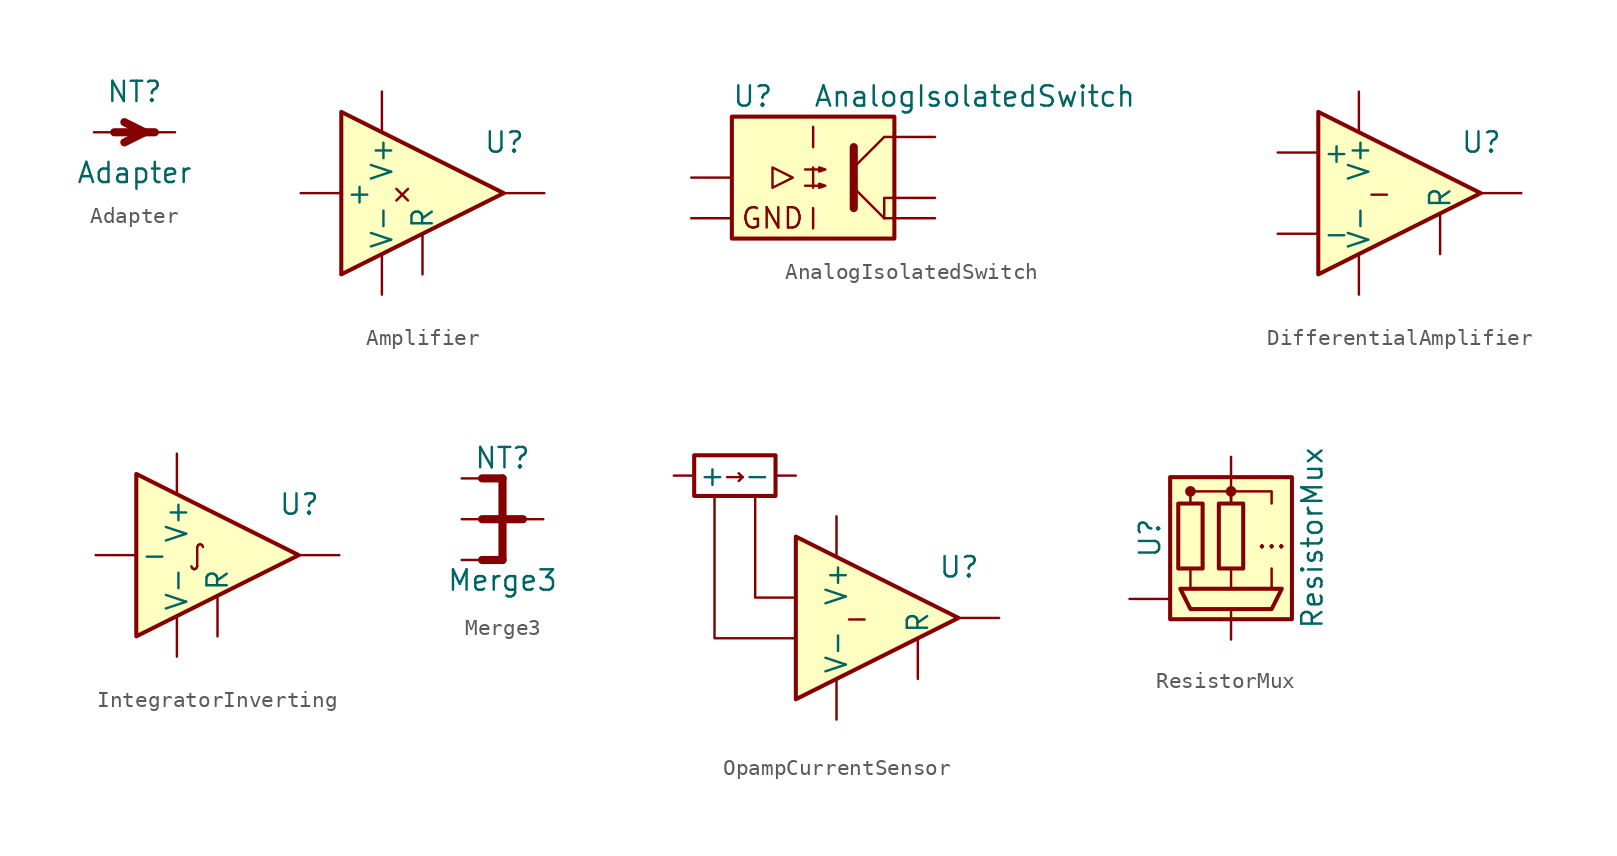
<source format=kicad_sym>
(kicad_symbol_lib
  (version 20211014)
  (generator kicad_symbol_editor)
  (symbol "Adapter"
    (pin_numbers hide)
    (pin_names
      (offset 0) hide)
    (property "Reference" "NT"
      (at 0 2.54 0)
      (effects (font (size 1.27 1.27))))
    (property "Value" "Adapter"
      (at 0 -2.54 0)
      (effects (font (size 1.27 1.27))))
    (symbol "Adapter_0_1"
      (polyline (pts (xy -1.27 0) (xy 1.27 0)) (stroke (width 0.508) (type default) (color 0 0 0 0)) (fill (type none)))
      (polyline (pts (xy -0.635 0.635) (xy 0.635 0) (xy -0.635 -0.635)) (stroke (width 0.508) (type default) (color 0 0 0 0)) (fill (type none))))
    (symbol "Adapter_1_1"
      (pin passive line (at -2.54 0 0) (length 2.54) (name "~" (effects (font (size 1.27 1.27)))) (number "1" (effects (font (size 1.27 1.27)))))
      (pin passive line (at 2.54 0 180) (length 2.54) (name "" (effects (font (size 1.27 1.27)))) (number "2" (effects (font (size 1.27 1.27)))))))
  (symbol "Amplifier"
    (pin_numbers hide)
    (pin_names
      (offset 0.254))
    (property "Reference" "U"
      (at 3.81 3.175 0)
      (effects (font (size 1.27 1.27)) (justify left)))
    (symbol "Amplifier_0_0"
      (text "×" (at -1.27 0 0) (effects (font (size 1.27 1.27)))))
    (symbol "Amplifier_0_1"
      (polyline (pts (xy 5.08 0) (xy -5.08 5.08) (xy -5.08 -5.08) (xy 5.08 0)) (stroke (width 0.254) (type default) (color 0 0 0 0)) (fill (type background))))
    (symbol "Amplifier_1_1"
      (pin input line (at -7.62 0 0) (length 2.54) (name "+" (effects (font (size 1.27 1.27)))) (number "1" (effects (font (size 1.27 1.27)))))
      (pin input line (at 0 -5.08 90) (length 2.54) (name "R" (effects (font (size 1.27 1.27)))) (number "2" (effects (font (size 1.27 1.27)))))
      (pin output line (at 7.62 0 180) (length 2.54) (name "~" (effects (font (size 1.27 1.27)))) (number "3" (effects (font (size 1.27 1.27)))))
      (pin power_in line (at -2.54 6.35 270) (length 2.54) (name "V+" (effects (font (size 1.27 1.27)))) (number "4" (effects (font (size 1.27 1.27)))))
      (pin power_in line (at -2.54 -6.35 90) (length 2.54) (name "V-" (effects (font (size 1.27 1.27)))) (number "5" (effects (font (size 1.27 1.27)))))))
  (symbol "AnalogIsolatedSwitch"
    (pin_numbers hide)
    (pin_names hide)
    (property "Reference" "U"
      (at -5.08 5.08 0)
      (effects (font (size 1.27 1.27)) (justify left)))
    (property "Value" "AnalogIsolatedSwitch"
      (at 0 5.08 0)
      (effects (font (size 1.27 1.27)) (justify left)))
    (symbol "AnalogIsolatedSwitch_0_0"
      (text "GND" (at -2.54 -2.54 0) (effects (font (size 1.27 1.27)))))
    (symbol "AnalogIsolatedSwitch_0_1"
      (rectangle (start -5.08 3.81) (end 5.08 -3.81) (stroke (width 0.254) (type default) (color 0 0 0 0)) (fill (type background)))
      (polyline (pts (xy 0 -1.905) (xy 0 -3.175)) (stroke (width 0) (type default) (color 0 0 0 0)) (fill (type none)))
      (polyline (pts (xy 0 0.635) (xy 0 -0.635)) (stroke (width 0) (type default) (color 0 0 0 0)) (fill (type none)))
      (polyline (pts (xy 0 3.175) (xy 0 1.905)) (stroke (width 0) (type default) (color 0 0 0 0)) (fill (type none)))
      (polyline (pts (xy 2.54 0.635) (xy 4.445 2.54)) (stroke (width 0) (type default) (color 0 0 0 0)) (fill (type none)))
      (polyline (pts (xy 4.445 -2.54) (xy 2.54 -0.635)) (stroke (width 0) (type default) (color 0 0 0 0)) (fill (type outline)))
      (polyline (pts (xy 4.445 -2.54) (xy 5.08 -2.54)) (stroke (width 0) (type default) (color 0 0 0 0)) (fill (type none)))
      (polyline (pts (xy 4.445 2.54) (xy 5.08 2.54)) (stroke (width 0) (type default) (color 0 0 0 0)) (fill (type none)))
      (polyline (pts (xy 2.54 1.905) (xy 2.54 -1.905) (xy 2.54 -1.905)) (stroke (width 0.508) (type default) (color 0 0 0 0)) (fill (type none)))
      (polyline (pts (xy 4.445 -2.54) (xy 4.445 -1.27) (xy 5.08 -1.27)) (stroke (width 0) (type default) (color 0 0 0 0)) (fill (type none)))
      (polyline (pts (xy -2.54 0.635) (xy -2.54 -0.635) (xy -1.27 0) (xy -2.54 0.635)) (stroke (width 0) (type default) (color 0 0 0 0)) (fill (type none)))
      (polyline (pts (xy -0.508 -0.508) (xy 0.762 -0.508) (xy 0.381 -0.635) (xy 0.381 -0.381) (xy 0.762 -0.508)) (stroke (width 0) (type default) (color 0 0 0 0)) (fill (type none)))
      (polyline (pts (xy -0.508 0.508) (xy 0.762 0.508) (xy 0.381 0.381) (xy 0.381 0.635) (xy 0.762 0.508)) (stroke (width 0) (type default) (color 0 0 0 0)) (fill (type none))))
    (symbol "AnalogIsolatedSwitch_1_1"
      (pin passive line (at -7.62 0 0) (length 2.54) (name "in" (effects (font (size 1.27 1.27)))) (number "1" (effects (font (size 1.27 1.27)))))
      (pin passive line (at -7.62 -2.54 0) (length 2.54) (name "gnd" (effects (font (size 1.27 1.27)))) (number "2" (effects (font (size 1.27 1.27)))))
      (pin passive line (at 7.62 -2.54 180) (length 2.54) (name "aout" (effects (font (size 1.27 1.27)))) (number "3" (effects (font (size 1.27 1.27)))))
      (pin passive line (at 7.62 2.54 180) (length 2.54) (name "ain" (effects (font (size 1.27 1.27)))) (number "4" (effects (font (size 1.27 1.27)))))
      (pin passive line (at 7.62 -1.27 180) (length 2.54) (name "apull" (effects (font (size 1.27 1.27)))) (number "5" (effects (font (size 1.27 1.27)))))))
  (symbol "DifferentialAmplifier"
    (pin_numbers hide)
    (pin_names
      (offset 0.254))
    (property "Reference" "U"
      (at 3.81 3.175 0)
      (effects (font (size 1.27 1.27)) (justify left)))
    (symbol "DifferentialAmplifier_0_0"
      (text "-" (at -1.27 0 0) (effects (font (size 1.27 1.27)))))
    (symbol "DifferentialAmplifier_0_1"
      (polyline (pts (xy 5.08 0) (xy -5.08 5.08) (xy -5.08 -5.08) (xy 5.08 0)) (stroke (width 0.254) (type default) (color 0 0 0 0)) (fill (type background))))
    (symbol "DifferentialAmplifier_1_1"
      (pin input line (at -7.62 2.54 0) (length 2.54) (name "+" (effects (font (size 1.27 1.27)))) (number "1" (effects (font (size 1.27 1.27)))))
      (pin input line (at -7.62 -2.54 0) (length 2.54) (name "-" (effects (font (size 1.27 1.27)))) (number "2" (effects (font (size 1.27 1.27)))))
      (pin output line (at 7.62 0 180) (length 2.54) (name "~" (effects (font (size 1.27 1.27)))) (number "3" (effects (font (size 1.27 1.27)))))
      (pin power_in line (at -2.54 6.35 270) (length 2.54) (name "V+" (effects (font (size 1.27 1.27)))) (number "4" (effects (font (size 1.27 1.27)))))
      (pin power_in line (at -2.54 -6.35 90) (length 2.54) (name "V-" (effects (font (size 1.27 1.27)))) (number "5" (effects (font (size 1.27 1.27)))))
      (pin input line (at 2.54 -3.81 90) (length 2.54) (name "R" (effects (font (size 1.27 1.27)))) (number "6" (effects (font (size 1.27 1.27)))))))
  (symbol "IntegratorInverting"
    (pin_numbers hide)
    (pin_names
      (offset 0.254))
    (property "Reference" "U"
      (at 3.81 3.175 0)
      (effects (font (size 1.27 1.27)) (justify left)))
    (symbol "IntegratorInverting_0_0"
      (text "∫" (at -1.27 0 0) (effects (font (size 1.27 1.27)))))
    (symbol "IntegratorInverting_0_1"
      (polyline (pts (xy 5.08 0) (xy -5.08 5.08) (xy -5.08 -5.08) (xy 5.08 0)) (stroke (width 0.254) (type default) (color 0 0 0 0)) (fill (type background))))
    (symbol "IntegratorInverting_1_1"
      (pin input line (at -7.62 0 0) (length 2.54) (name "-" (effects (font (size 1.27 1.27)))) (number "1" (effects (font (size 1.27 1.27)))))
      (pin input line (at 0 -5.08 90) (length 2.54) (name "R" (effects (font (size 1.27 1.27)))) (number "2" (effects (font (size 1.27 1.27)))))
      (pin output line (at 7.62 0 180) (length 2.54) (name "~" (effects (font (size 1.27 1.27)))) (number "3" (effects (font (size 1.27 1.27)))))
      (pin power_in line (at -2.54 6.35 270) (length 2.54) (name "V+" (effects (font (size 1.27 1.27)))) (number "4" (effects (font (size 1.27 1.27)))))
      (pin power_in line (at -2.54 -6.35 90) (length 2.54) (name "V-" (effects (font (size 1.27 1.27)))) (number "5" (effects (font (size 1.27 1.27)))))))
  (symbol "Merge3"
    (pin_numbers hide)
    (pin_names
      (offset 0) hide)
    (property "Reference" "NT"
      (at 0 3.81 0)
      (effects (font (size 1.27 1.27))))
    (property "Value" "Merge3"
      (at 0 -3.81 0)
      (effects (font (size 1.27 1.27))))
    (symbol "Merge3_0_1"
      (polyline (pts (xy -1.27 -2.54) (xy 0 -2.54)) (stroke (width 0.508) (type default) (color 0 0 0 0)) (fill (type none)))
      (polyline (pts (xy -1.27 0) (xy 1.27 0)) (stroke (width 0.508) (type default) (color 0 0 0 0)) (fill (type none)))
      (polyline (pts (xy -1.27 2.54) (xy 0 2.54)) (stroke (width 0.508) (type default) (color 0 0 0 0)) (fill (type none)))
      (polyline (pts (xy 0 -2.54) (xy 0 2.54)) (stroke (width 0.508) (type default) (color 0 0 0 0)) (fill (type none))))
    (symbol "Merge3_1_1"
      (pin passive line (at 2.54 0 180) (length 2.54) (name "" (effects (font (size 1.27 1.27)))) (number "0" (effects (font (size 1.27 1.27)))))
      (pin passive line (at -2.54 2.54 0) (length 2.54) (name "~" (effects (font (size 1.27 1.27)))) (number "1" (effects (font (size 1.27 1.27)))))
      (pin passive line (at -2.54 0 0) (length 2.54) (name "~" (effects (font (size 1.27 1.27)))) (number "2" (effects (font (size 1.27 1.27)))))
      (pin passive line (at -2.54 -2.54 0) (length 2.54) (name "~" (effects (font (size 1.27 1.27)))) (number "3" (effects (font (size 1.27 1.27)))))))
  (symbol "OpampCurrentSensor"
    (pin_numbers hide)
    (pin_names
      (offset 0.254))
    (property "Reference" "U"
      (at 3.81 3.175 0)
      (effects (font (size 1.27 1.27)) (justify left)))
    (symbol "OpampCurrentSensor_0_0"
      (polyline (pts (xy -10.16 7.62) (xy -10.16 -1.27) (xy -5.08 -1.27)) (stroke (width 0) (type default) (color 0 0 0 0)) (fill (type none)))
      (polyline (pts (xy -7.62 7.62) (xy -7.62 1.27) (xy -5.08 1.27)) (stroke (width 0) (type default) (color 0 0 0 0)) (fill (type none)))
      (text "-" (at -1.27 0 0) (effects (font (size 1.27 1.27))))
      (text "→" (at -8.89 8.89 0) (effects (font (size 1.27 1.27)))))
    (symbol "OpampCurrentSensor_0_1"
      (rectangle (start -11.43 10.16) (end -6.35 7.62) (stroke (width 0.254) (type default) (color 0 0 0 0)) (fill (type none)))
      (polyline (pts (xy 5.08 0) (xy -5.08 5.08) (xy -5.08 -5.08) (xy 5.08 0)) (stroke (width 0.254) (type default) (color 0 0 0 0)) (fill (type background))))
    (symbol "OpampCurrentSensor_1_1"
      (pin passive line (at -12.7 8.89 0) (length 1.27) (name "+" (effects (font (size 1.27 1.27)))) (number "1" (effects (font (size 1.27 1.27)))))
      (pin passive line (at -5.08 8.89 180) (length 1.27) (name "-" (effects (font (size 1.27 1.27)))) (number "2" (effects (font (size 1.27 1.27)))))
      (pin output line (at 7.62 0 180) (length 2.54) (name "~" (effects (font (size 1.27 1.27)))) (number "3" (effects (font (size 1.27 1.27)))))
      (pin power_in line (at -2.54 6.35 270) (length 2.54) (name "V+" (effects (font (size 1.27 1.27)))) (number "4" (effects (font (size 1.27 1.27)))))
      (pin power_in line (at -2.54 -6.35 90) (length 2.54) (name "V-" (effects (font (size 1.27 1.27)))) (number "5" (effects (font (size 1.27 1.27)))))
      (pin input line (at 2.54 -3.81 90) (length 2.54) (name "R" (effects (font (size 1.27 1.27)))) (number "6" (effects (font (size 1.27 1.27)))))))
  (symbol "ResistorMux"
    (pin_numbers hide)
    (pin_names
      (offset 0) hide)
    (property "Reference" "U"
      (at -5.08 0 90)
      (effects (font (size 1.27 1.27))))
    (property "Value" "ResistorMux"
      (at 5.08 0 90)
      (effects (font (size 1.27 1.27))))
    (symbol "ResistorMux_0_0"
      (text "..." (at 2.54 0 0) (effects (font (size 1.27 1.27)))))
    (symbol "ResistorMux_0_1"
      (rectangle (start -3.81 3.81) (end 3.81 -5.08) (stroke (width 0.254) (type default) (color 0 0 0 0)) (fill (type background)))
      (rectangle (start -3.302 2.159) (end -1.778 -1.905) (stroke (width 0.254) (type default) (color 0 0 0 0)) (fill (type none)))
      (circle (center -2.54 2.921) (radius 0.254) (stroke (width 0) (type default) (color 0 0 0 0)) (fill (type outline)))
      (rectangle (start -0.762 2.159) (end 0.762 -1.905) (stroke (width 0.254) (type default) (color 0 0 0 0)) (fill (type none)))
      (polyline (pts (xy -2.54 -1.905) (xy -2.54 -3.175)) (stroke (width 0) (type default) (color 0 0 0 0)) (fill (type none)))
      (polyline (pts (xy 0 -1.905) (xy 0 -3.175)) (stroke (width 0) (type default) (color 0 0 0 0)) (fill (type none)))
      (polyline (pts (xy 2.54 -1.905) (xy 2.54 -3.175)) (stroke (width 0) (type default) (color 0 0 0 0)) (fill (type none)))
      (polyline (pts (xy -2.54 2.159) (xy -2.54 2.921) (xy 0 2.921) (xy 0 2.159)) (stroke (width 0) (type default) (color 0 0 0 0)) (fill (type none)))
      (polyline (pts (xy 0 2.159) (xy 0 2.921) (xy 2.54 2.921) (xy 2.54 2.159)) (stroke (width 0) (type default) (color 0 0 0 0)) (fill (type none)))
      (polyline (pts (xy -2.54 -4.445) (xy 2.54 -4.445) (xy 3.175 -3.175) (xy -3.175 -3.175) (xy -2.54 -4.445)) (stroke (width 0.254) (type default) (color 0 0 0 0)) (fill (type none)))
      (circle (center 0 2.921) (radius 0.254) (stroke (width 0) (type default) (color 0 0 0 0)) (fill (type outline))))
    (symbol "ResistorMux_1_1"
      (pin passive line (at 0 5.08 270) (length 2.54) (name "common" (effects (font (size 1.27 1.27)))) (number "1" (effects (font (size 1.27 1.27)))))
      (pin passive line (at 0 -6.35 90) (length 1.905) (name "switch" (effects (font (size 1.27 1.27)))) (number "2" (effects (font (size 1.27 1.27)))))
      (pin passive line (at -6.35 -3.81 0) (length 2.54) (name "control" (effects (font (size 1.27 1.27)))) (number "3" (effects (font (size 1.27 1.27))))))))
</source>
